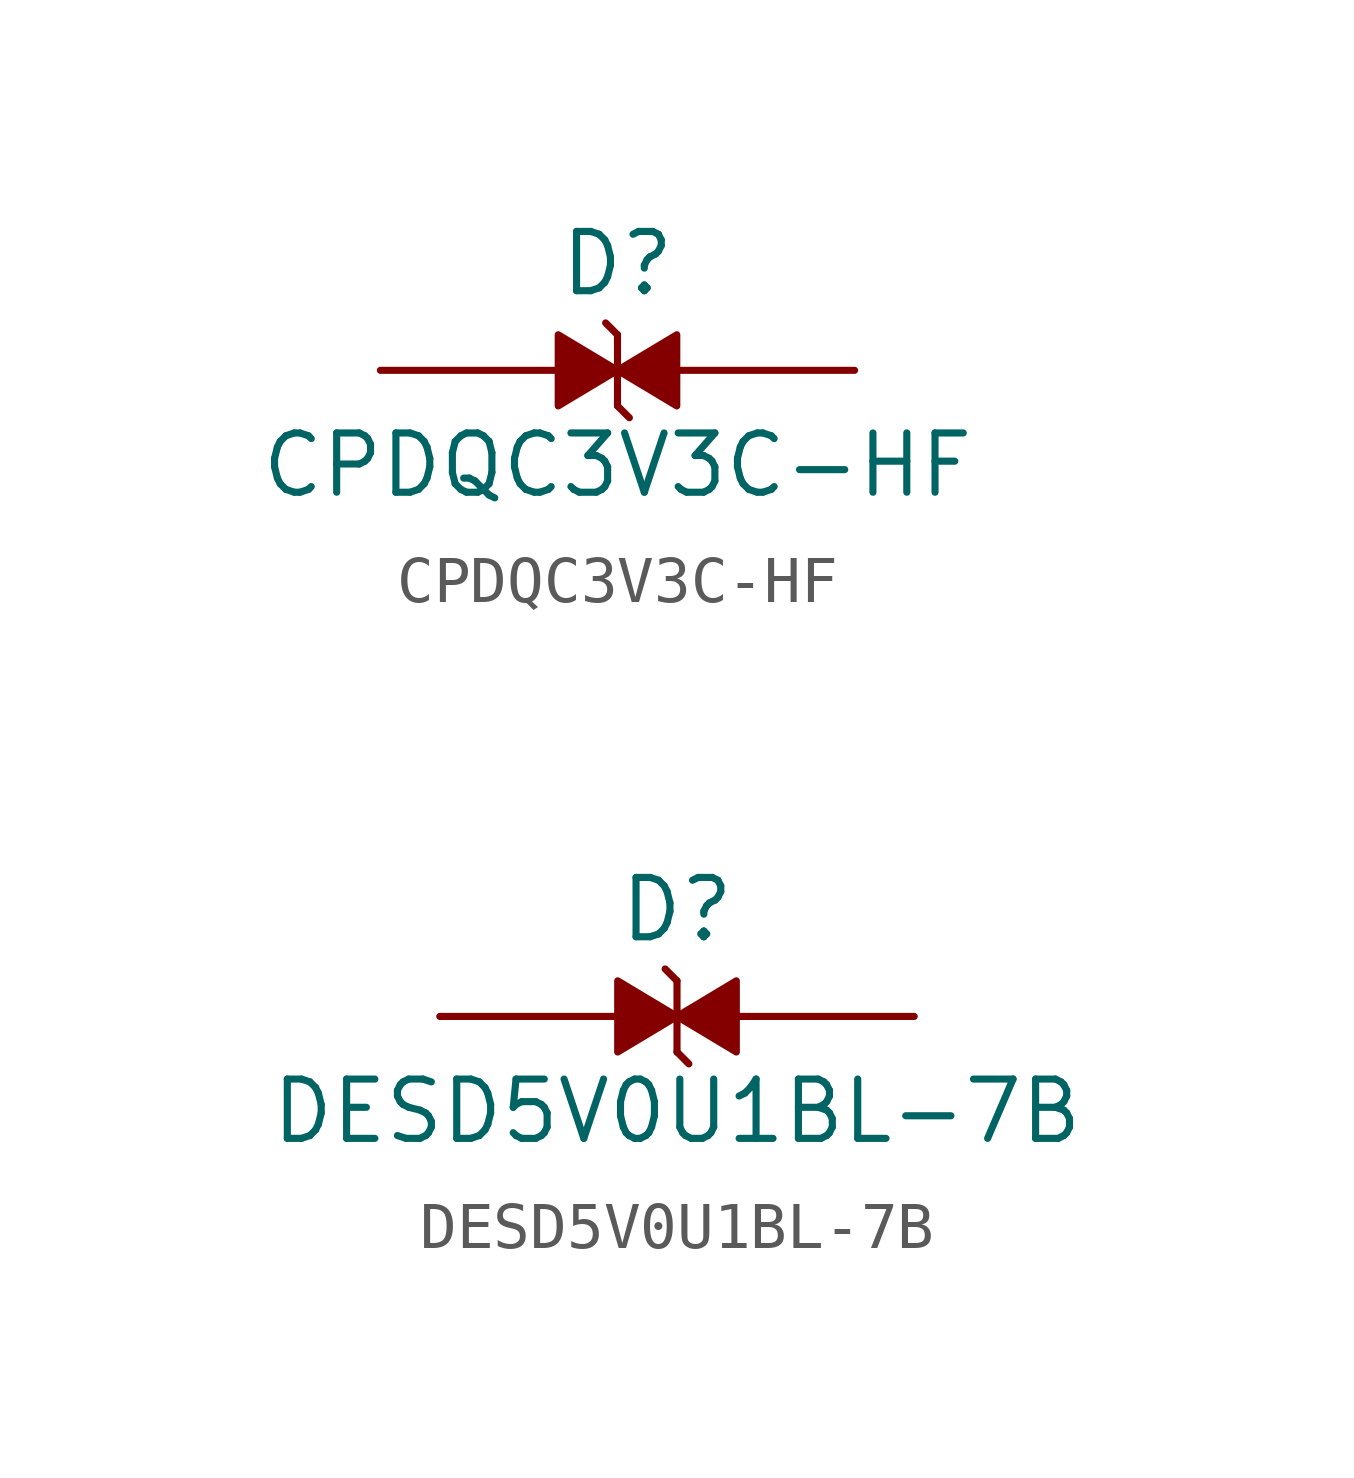
<source format=kicad_sym>
(kicad_symbol_lib
  (version 20241209)
  (generator "kicad_symbol_editor")
  (generator_version "9.0")
  (symbol "CPDQC3V3C-HF"
    (pin_numbers
      (hide yes))
    (pin_names
      (hide yes))
    (property "Reference" "D"
      (at 0 2.286 0)
      (effects (font (size 1.27 1.27))))
    (property "Value" "CPDQC3V3C-HF"
      (at 0 -2.032 0)
      (effects (font (size 1.27 1.27))))
    (symbol "CPDQC3V3C-HF_0_1"
      (polyline (pts (xy 0 0.762) (xy -0.254 1.016)) (stroke (width 0) (type default)) (fill (type none)))
      (polyline (pts (xy 0 0.762) (xy 0 -0.762)) (stroke (width 0) (type default)) (fill (type none)))
      (polyline (pts (xy 0 0) (xy -1.27 0.762) (xy -1.27 -0.762) (xy 0 0)) (stroke (width 0) (type default)) (fill (type outline)))
      (polyline (pts (xy 0 0) (xy 1.27 -0.762) (xy 1.27 0.762) (xy 0 0)) (stroke (width 0) (type default)) (fill (type outline)))
      (polyline (pts (xy 0.254 -1.016) (xy 0 -0.762)) (stroke (width 0) (type default)) (fill (type none))))
    (symbol "CPDQC3V3C-HF_1_1"
      (pin passive line (at -5.08 0 0) (length 3.81) (name "1" (effects (font (size 1.27 1.27)))) (number "1" (effects (font (size 1.27 1.27)))))
      (pin passive line (at 5.08 0 180) (length 3.81) (name "2" (effects (font (size 1.27 1.27)))) (number "2" (effects (font (size 1.27 1.27)))))))
  (symbol "DESD5V0U1BL-7B"
    (pin_numbers
      (hide yes))
    (pin_names
      (hide yes))
    (property "Reference" "D"
      (at 0 2.286 0)
      (effects (font (size 1.27 1.27))))
    (property "Value" "DESD5V0U1BL-7B"
      (at 0 -2.032 0)
      (effects (font (size 1.27 1.27))))
    (symbol "DESD5V0U1BL-7B_0_1"
      (polyline (pts (xy 0 0.762) (xy -0.254 1.016)) (stroke (width 0) (type default)) (fill (type none)))
      (polyline (pts (xy 0 0.762) (xy 0 -0.762)) (stroke (width 0) (type default)) (fill (type none)))
      (polyline (pts (xy 0 0) (xy -1.27 0.762) (xy -1.27 -0.762) (xy 0 0)) (stroke (width 0) (type default)) (fill (type outline)))
      (polyline (pts (xy 0 0) (xy 1.27 -0.762) (xy 1.27 0.762) (xy 0 0)) (stroke (width 0) (type default)) (fill (type outline)))
      (polyline (pts (xy 0.254 -1.016) (xy 0 -0.762)) (stroke (width 0) (type default)) (fill (type none))))
    (symbol "DESD5V0U1BL-7B_1_1"
      (pin passive line (at -5.08 0 0) (length 3.81) (name "1" (effects (font (size 1.27 1.27)))) (number "1" (effects (font (size 1.27 1.27)))))
      (pin passive line (at 5.08 0 180) (length 3.81) (name "2" (effects (font (size 1.27 1.27)))) (number "2" (effects (font (size 1.27 1.27))))))))
</source>
